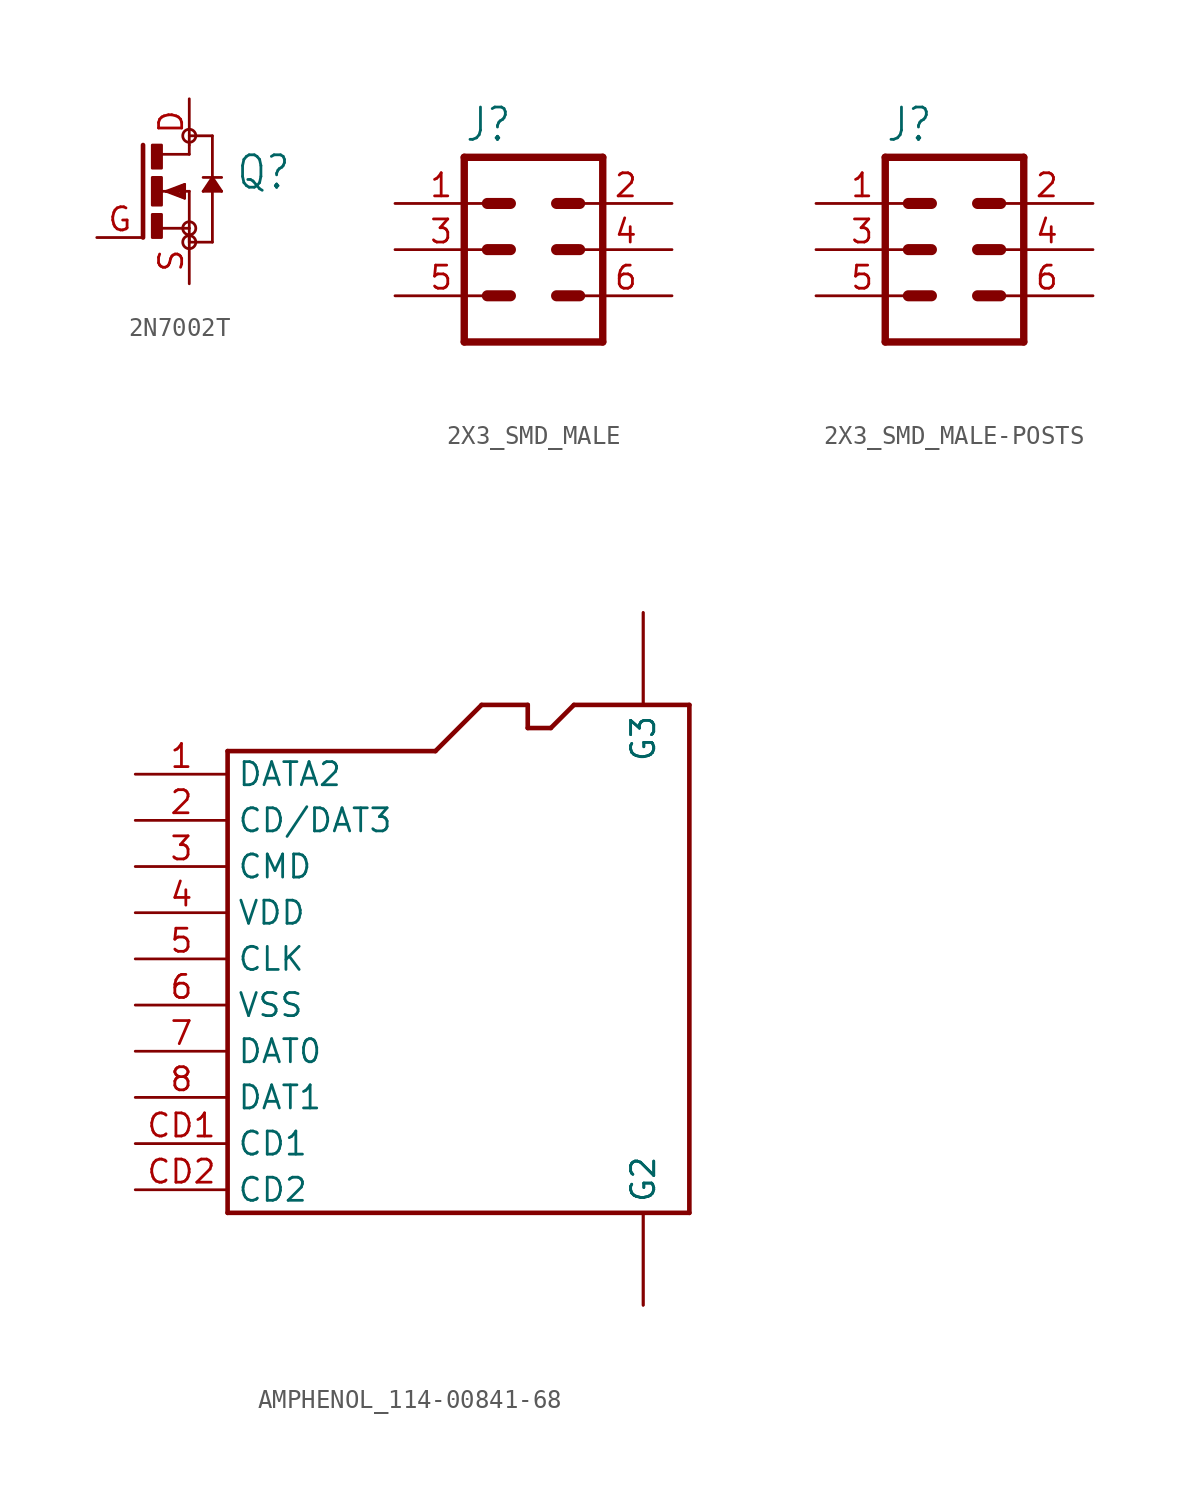
<source format=kicad_sym>
(kicad_symbol_lib
  (version 20231120)
  (generator "kicad_symbol_editor")
  (generator_version "8.0")
  (symbol "2N7002T"
    (property "Reference" "Q"
      (at 2.54 0 0)
      (effects (font (size 1.778 1.511)) (justify left bottom)))
    (property "Value" ""
      (at 2.54 -2.54 0)
      (effects (font (size 1.778 1.511)) (justify left bottom)))
    (property "ki_locked" ""
      (at 0 0 0)
      (effects (font (size 1.27 1.27))))
    (symbol "2N7002T_1_0"
      (rectangle (start -2.032 -2.54) (end -1.524 -1.27) (stroke (width 0) (type default)) (fill (type outline)))
      (rectangle (start -2.032 -0.762) (end -1.524 0.762) (stroke (width 0) (type default)) (fill (type outline)))
      (rectangle (start -2.032 1.27) (end -1.524 2.54) (stroke (width 0) (type default)) (fill (type outline)))
      (circle (center 0 -2.794) (radius 0.359) (stroke (width 0) (type solid)) (fill (type none)))
      (circle (center 0 -2.032) (radius 0.359) (stroke (width 0) (type solid)) (fill (type none)))
      (polyline (pts (xy -2.54 2.54) (xy -2.54 -2.54)) (stroke (width 0.254) (type solid)) (fill (type none)))
      (polyline (pts (xy -1.524 -2.032) (xy 0 -2.032)) (stroke (width 0.152) (type solid)) (fill (type none)))
      (polyline (pts (xy -1.524 0) (xy -1.27 0)) (stroke (width 0.152) (type solid)) (fill (type none)))
      (polyline (pts (xy -1.524 2.032) (xy 0 2.032)) (stroke (width 0.152) (type solid)) (fill (type none)))
      (polyline (pts (xy -1.27 0) (xy -1.016 0)) (stroke (width 0.152) (type solid)) (fill (type none)))
      (polyline (pts (xy -1.27 0) (xy -0.254 0.381)) (stroke (width 0.152) (type solid)) (fill (type none)))
      (polyline (pts (xy -1.016 0) (xy -0.889 0)) (stroke (width 0.152) (type solid)) (fill (type none)))
      (polyline (pts (xy -1.016 0) (xy -0.381 -0.254)) (stroke (width 0.254) (type solid)) (fill (type none)))
      (polyline (pts (xy -0.889 0) (xy 0 0)) (stroke (width 0.152) (type solid)) (fill (type none)))
      (polyline (pts (xy -0.381 -0.254) (xy -0.381 0.254)) (stroke (width 0.254) (type solid)) (fill (type none)))
      (polyline (pts (xy -0.381 0.254) (xy -0.889 0)) (stroke (width 0.254) (type solid)) (fill (type none)))
      (polyline (pts (xy -0.254 -0.381) (xy -1.27 0)) (stroke (width 0.152) (type solid)) (fill (type none)))
      (polyline (pts (xy -0.254 0.381) (xy -0.254 -0.381)) (stroke (width 0.152) (type solid)) (fill (type none)))
      (polyline (pts (xy 0 -2.032) (xy 0 -2.794)) (stroke (width 0.152) (type solid)) (fill (type none)))
      (polyline (pts (xy 0 0) (xy 0 -2.032)) (stroke (width 0.152) (type solid)) (fill (type none)))
      (polyline (pts (xy 0 2.032) (xy 0 2.54)) (stroke (width 0.152) (type solid)) (fill (type none)))
      (polyline (pts (xy 0 3.048) (xy 1.27 3.048)) (stroke (width 0.152) (type solid)) (fill (type none)))
      (polyline (pts (xy 0.762 0) (xy 1.27 0.762)) (stroke (width 0.152) (type solid)) (fill (type none)))
      (polyline (pts (xy 1.016 0.127) (xy 1.524 0.127)) (stroke (width 0.254) (type solid)) (fill (type none)))
      (polyline (pts (xy 1.27 -2.794) (xy 0 -2.794)) (stroke (width 0.152) (type solid)) (fill (type none)))
      (polyline (pts (xy 1.27 0.508) (xy 1.016 0.127)) (stroke (width 0.254) (type solid)) (fill (type none)))
      (polyline (pts (xy 1.27 0.508) (xy 1.27 -2.794)) (stroke (width 0.152) (type solid)) (fill (type none)))
      (polyline (pts (xy 1.27 0.762) (xy 1.27 0.508)) (stroke (width 0.152) (type solid)) (fill (type none)))
      (polyline (pts (xy 1.27 0.762) (xy 1.778 0)) (stroke (width 0.152) (type solid)) (fill (type none)))
      (polyline (pts (xy 1.27 3.048) (xy 1.27 0.762)) (stroke (width 0.152) (type solid)) (fill (type none)))
      (polyline (pts (xy 1.524 0.127) (xy 1.27 0.508)) (stroke (width 0.254) (type solid)) (fill (type none)))
      (polyline (pts (xy 1.778 0) (xy 0.762 0)) (stroke (width 0.152) (type solid)) (fill (type none)))
      (polyline (pts (xy 1.778 0.762) (xy 0.762 0.762)) (stroke (width 0.152) (type solid)) (fill (type none)))
      (circle (center 0 3.048) (radius 0.359) (stroke (width 0) (type solid)) (fill (type none)))
      (pin passive line (at 0 5.08 270) (length 2.54) (name "D" (effects (font (size 0 0)))) (number "D" (effects (font (size 1.27 1.27)))))
      (pin passive line (at -5.08 -2.54 0) (length 2.54) (name "G" (effects (font (size 0 0)))) (number "G" (effects (font (size 1.27 1.27)))))
      (pin passive line (at 0 -5.08 90) (length 2.54) (name "S" (effects (font (size 0 0)))) (number "S" (effects (font (size 1.27 1.27)))))))
  (symbol "2X3_SMD_MALE"
    (property "Reference" "J"
      (at -3.81 5.842 0)
      (effects (font (size 1.778 1.511)) (justify left bottom)))
    (property "Value" ""
      (at -3.81 -7.62 0)
      (effects (font (size 1.778 1.511)) (justify left bottom)))
    (property "ki_locked" ""
      (at 0 0 0)
      (effects (font (size 1.27 1.27))))
    (symbol "2X3_SMD_MALE_1_0"
      (polyline (pts (xy -3.81 5.08) (xy -3.81 -5.08)) (stroke (width 0.406) (type solid)) (fill (type none)))
      (polyline (pts (xy -3.81 5.08) (xy 3.81 5.08)) (stroke (width 0.406) (type solid)) (fill (type none)))
      (polyline (pts (xy -2.54 -2.54) (xy -1.27 -2.54)) (stroke (width 0.61) (type solid)) (fill (type none)))
      (polyline (pts (xy -2.54 0) (xy -1.27 0)) (stroke (width 0.61) (type solid)) (fill (type none)))
      (polyline (pts (xy -2.54 2.54) (xy -1.27 2.54)) (stroke (width 0.61) (type solid)) (fill (type none)))
      (polyline (pts (xy 1.27 -2.54) (xy 2.54 -2.54)) (stroke (width 0.61) (type solid)) (fill (type none)))
      (polyline (pts (xy 1.27 0) (xy 2.54 0)) (stroke (width 0.61) (type solid)) (fill (type none)))
      (polyline (pts (xy 1.27 2.54) (xy 2.54 2.54)) (stroke (width 0.61) (type solid)) (fill (type none)))
      (polyline (pts (xy 3.81 -5.08) (xy -3.81 -5.08)) (stroke (width 0.406) (type solid)) (fill (type none)))
      (polyline (pts (xy 3.81 -5.08) (xy 3.81 5.08)) (stroke (width 0.406) (type solid)) (fill (type none)))
      (pin passive line (at -7.62 2.54 0) (length 5.08) (name "1" (effects (font (size 0 0)))) (number "1" (effects (font (size 1.27 1.27)))))
      (pin passive line (at 7.62 2.54 180) (length 5.08) (name "2" (effects (font (size 0 0)))) (number "2" (effects (font (size 1.27 1.27)))))
      (pin passive line (at -7.62 0 0) (length 5.08) (name "3" (effects (font (size 0 0)))) (number "3" (effects (font (size 1.27 1.27)))))
      (pin passive line (at 7.62 0 180) (length 5.08) (name "4" (effects (font (size 0 0)))) (number "4" (effects (font (size 1.27 1.27)))))
      (pin passive line (at -7.62 -2.54 0) (length 5.08) (name "5" (effects (font (size 0 0)))) (number "5" (effects (font (size 1.27 1.27)))))
      (pin passive line (at 7.62 -2.54 180) (length 5.08) (name "6" (effects (font (size 0 0)))) (number "6" (effects (font (size 1.27 1.27)))))))
  (symbol "2X3_SMD_MALE-POSTS"
    (property "Reference" "J"
      (at -3.81 5.842 0)
      (effects (font (size 1.778 1.511)) (justify left bottom)))
    (property "Value" ""
      (at -3.81 -7.62 0)
      (effects (font (size 1.778 1.511)) (justify left bottom)))
    (property "ki_locked" ""
      (at 0 0 0)
      (effects (font (size 1.27 1.27))))
    (symbol "2X3_SMD_MALE-POSTS_1_0"
      (polyline (pts (xy -3.81 5.08) (xy -3.81 -5.08)) (stroke (width 0.406) (type solid)) (fill (type none)))
      (polyline (pts (xy -3.81 5.08) (xy 3.81 5.08)) (stroke (width 0.406) (type solid)) (fill (type none)))
      (polyline (pts (xy -2.54 -2.54) (xy -1.27 -2.54)) (stroke (width 0.61) (type solid)) (fill (type none)))
      (polyline (pts (xy -2.54 0) (xy -1.27 0)) (stroke (width 0.61) (type solid)) (fill (type none)))
      (polyline (pts (xy -2.54 2.54) (xy -1.27 2.54)) (stroke (width 0.61) (type solid)) (fill (type none)))
      (polyline (pts (xy 1.27 -2.54) (xy 2.54 -2.54)) (stroke (width 0.61) (type solid)) (fill (type none)))
      (polyline (pts (xy 1.27 0) (xy 2.54 0)) (stroke (width 0.61) (type solid)) (fill (type none)))
      (polyline (pts (xy 1.27 2.54) (xy 2.54 2.54)) (stroke (width 0.61) (type solid)) (fill (type none)))
      (polyline (pts (xy 3.81 -5.08) (xy -3.81 -5.08)) (stroke (width 0.406) (type solid)) (fill (type none)))
      (polyline (pts (xy 3.81 -5.08) (xy 3.81 5.08)) (stroke (width 0.406) (type solid)) (fill (type none)))
      (pin passive line (at -7.62 2.54 0) (length 5.08) (name "1" (effects (font (size 0 0)))) (number "1" (effects (font (size 1.27 1.27)))))
      (pin passive line (at 7.62 2.54 180) (length 5.08) (name "2" (effects (font (size 0 0)))) (number "2" (effects (font (size 1.27 1.27)))))
      (pin passive line (at -7.62 0 0) (length 5.08) (name "3" (effects (font (size 0 0)))) (number "3" (effects (font (size 1.27 1.27)))))
      (pin passive line (at 7.62 0 180) (length 5.08) (name "4" (effects (font (size 0 0)))) (number "4" (effects (font (size 1.27 1.27)))))
      (pin passive line (at -7.62 -2.54 0) (length 5.08) (name "5" (effects (font (size 0 0)))) (number "5" (effects (font (size 1.27 1.27)))))
      (pin passive line (at 7.62 -2.54 180) (length 5.08) (name "6" (effects (font (size 0 0)))) (number "6" (effects (font (size 1.27 1.27)))))))
  (symbol "AMPHENOL_114-00841-68"
    (property "Reference" "J"
      (at -13.97 12.7 0)
      (effects (font (size 1.27 1.079)) (justify left bottom) (hide yes)))
    (property "ki_locked" ""
      (at 0 0 0)
      (effects (font (size 1.27 1.27))))
    (symbol "AMPHENOL_114-00841-68_1_0"
      (polyline (pts (xy -12.7 -13.97) (xy 12.7 -13.97)) (stroke (width 0.254) (type solid)) (fill (type none)))
      (polyline (pts (xy -12.7 11.43) (xy -12.7 -13.97)) (stroke (width 0.254) (type solid)) (fill (type none)))
      (polyline (pts (xy -1.27 11.43) (xy -12.7 11.43)) (stroke (width 0.254) (type solid)) (fill (type none)))
      (polyline (pts (xy 1.27 13.97) (xy -1.27 11.43)) (stroke (width 0.254) (type solid)) (fill (type none)))
      (polyline (pts (xy 3.81 12.7) (xy 3.81 13.97)) (stroke (width 0.254) (type solid)) (fill (type none)))
      (polyline (pts (xy 3.81 13.97) (xy 1.27 13.97)) (stroke (width 0.254) (type solid)) (fill (type none)))
      (polyline (pts (xy 5.08 12.7) (xy 3.81 12.7)) (stroke (width 0.254) (type solid)) (fill (type none)))
      (polyline (pts (xy 6.35 13.97) (xy 5.08 12.7)) (stroke (width 0.254) (type solid)) (fill (type none)))
      (polyline (pts (xy 12.7 -13.97) (xy 12.7 13.97)) (stroke (width 0.254) (type solid)) (fill (type none)))
      (polyline (pts (xy 12.7 13.97) (xy 6.35 13.97)) (stroke (width 0.254) (type solid)) (fill (type none)))
      (pin bidirectional line (at -17.78 10.16 0) (length 5.08) (name "DATA2" (effects (font (size 1.27 1.27)))) (number "1" (effects (font (size 1.27 1.27)))))
      (pin bidirectional line (at -17.78 7.62 0) (length 5.08) (name "CD/DAT3" (effects (font (size 1.27 1.27)))) (number "2" (effects (font (size 1.27 1.27)))))
      (pin bidirectional line (at -17.78 5.08 0) (length 5.08) (name "CMD" (effects (font (size 1.27 1.27)))) (number "3" (effects (font (size 1.27 1.27)))))
      (pin power_in line (at -17.78 2.54 0) (length 5.08) (name "VDD" (effects (font (size 1.27 1.27)))) (number "4" (effects (font (size 1.27 1.27)))))
      (pin bidirectional line (at -17.78 0 0) (length 5.08) (name "CLK" (effects (font (size 1.27 1.27)))) (number "5" (effects (font (size 1.27 1.27)))))
      (pin power_in line (at -17.78 -2.54 0) (length 5.08) (name "VSS" (effects (font (size 1.27 1.27)))) (number "6" (effects (font (size 1.27 1.27)))))
      (pin bidirectional line (at -17.78 -5.08 0) (length 5.08) (name "DAT0" (effects (font (size 1.27 1.27)))) (number "7" (effects (font (size 1.27 1.27)))))
      (pin bidirectional line (at -17.78 -7.62 0) (length 5.08) (name "DAT1" (effects (font (size 1.27 1.27)))) (number "8" (effects (font (size 1.27 1.27)))))
      (pin bidirectional line (at -17.78 -10.16 0) (length 5.08) (name "CD1" (effects (font (size 1.27 1.27)))) (number "CD1" (effects (font (size 1.27 1.27)))))
      (pin bidirectional line (at -17.78 -12.7 0) (length 5.08) (name "CD2" (effects (font (size 1.27 1.27)))) (number "CD2" (effects (font (size 1.27 1.27)))))
      (pin bidirectional line (at 10.16 19.05 270) (length 5.08) (name "G3" (effects (font (size 1.27 1.27)))) (number "SH1" (effects (font (size 0 0)))))
      (pin bidirectional line (at 10.16 19.05 270) (length 5.08) (name "G3" (effects (font (size 1.27 1.27)))) (number "SH2" (effects (font (size 0 0)))))
      (pin bidirectional line (at 10.16 -19.05 90) (length 5.08) (name "G2" (effects (font (size 1.27 1.27)))) (number "SH3" (effects (font (size 0 0)))))
      (pin bidirectional line (at 10.16 -19.05 90) (length 5.08) (name "G2" (effects (font (size 1.27 1.27)))) (number "SH4" (effects (font (size 0 0))))))))
</source>
